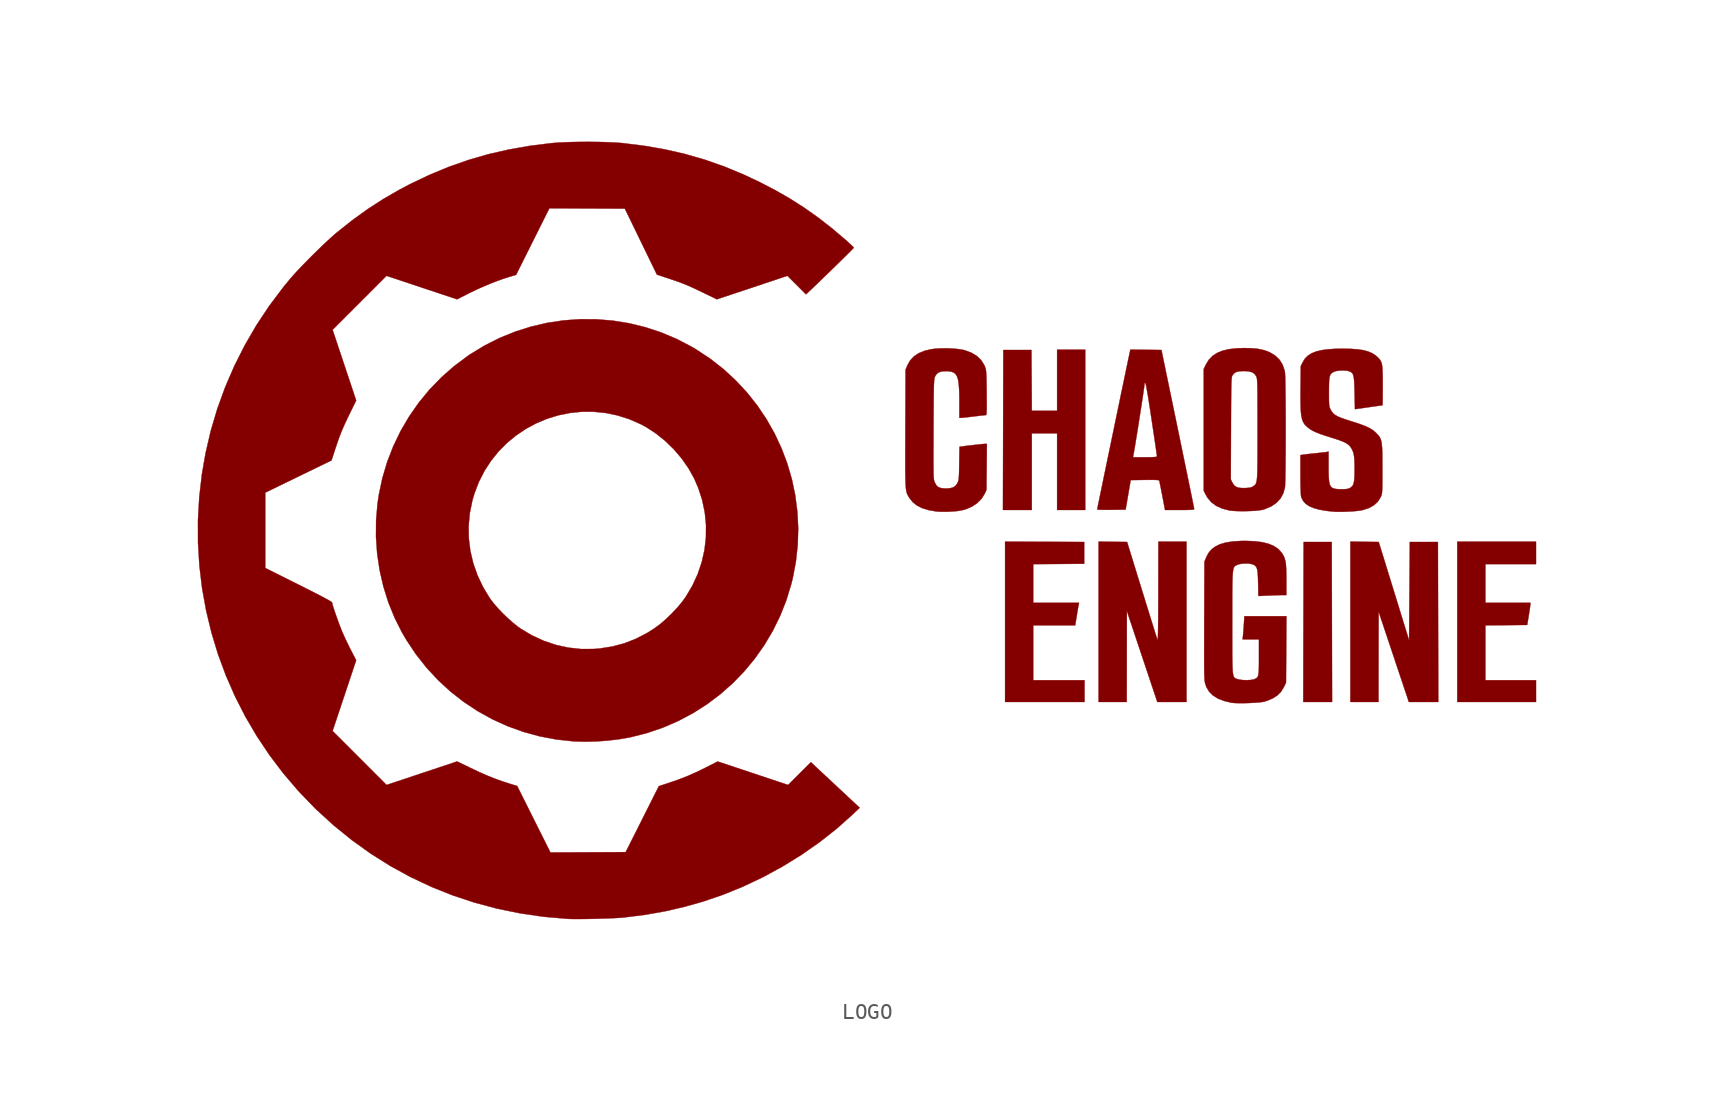
<source format=kicad_sym>
(kicad_symbol_lib
  (version 20220914)
  (generator "bitmap2component")
  (generator_version "9.0")
  (symbol "LOGO"
    (pin_names
      (offset 1.016))
    (property "Reference" "#G"
      (at 0 27.753 0)
      (effects (font (size 1.27 1.27)) hide))
    (symbol "LOGO_0_0"
      (polyline (pts (xy -21.863 -24.283) (xy -21.474 -24.277) (xy -21.07 -24.268) (xy -20.669 -24.256) (xy -20.288 -24.242) (xy -19.943 -24.227) (xy -19.649 -24.21) (xy -19.424 -24.192) (xy -19.312 -24.18) (xy -18.038 -24.019) (xy -16.81 -23.802) (xy -15.605 -23.525) (xy -14.401 -23.183) (xy -13.214 -22.778) (xy -11.938 -22.26) (xy -10.686 -21.667) (xy -9.466 -21.004) (xy -8.287 -20.275) (xy -7.157 -19.486) (xy -6.085 -18.642) (xy -5.08 -17.747) (xy -4.645 -17.335) (xy -5.915 -16.15) (xy -5.956 -16.111) (xy -6.246 -15.84) (xy -6.525 -15.58) (xy -6.784 -15.338) (xy -7.013 -15.124) (xy -7.205 -14.944) (xy -7.35 -14.809) (xy -7.44 -14.725) (xy -7.694 -14.485) (xy -8.407 -15.196) (xy -9.119 -15.908) (xy -11.32 -15.174) (xy -13.521 -14.441) (xy -14.22 -14.797) (xy -14.241 -14.808) (xy -14.833 -15.098) (xy -15.394 -15.346) (xy -15.96 -15.567) (xy -16.564 -15.776) (xy -17.197 -15.983) (xy -18.233 -18.044) (xy -19.27 -20.105) (xy -21.621 -20.116) (xy -23.972 -20.127) (xy -25.01 -18.051) (xy -26.048 -15.974) (xy -26.592 -15.805) (xy -26.981 -15.679) (xy -27.448 -15.511) (xy -27.921 -15.321) (xy -28.422 -15.101) (xy -28.974 -14.84) (xy -29.802 -14.439) (xy -32.007 -15.173) (xy -34.211 -15.908) (xy -35.897 -14.222) (xy -37.584 -12.535) (xy -36.847 -10.326) (xy -36.111 -8.117) (xy -36.443 -7.475) (xy -36.479 -7.404) (xy -36.619 -7.123) (xy -36.761 -6.826) (xy -36.891 -6.543) (xy -36.995 -6.306) (xy -37.046 -6.179) (xy -37.138 -5.944) (xy -37.234 -5.687) (xy -37.329 -5.422) (xy -37.419 -5.164) (xy -37.498 -4.929) (xy -37.56 -4.731) (xy -37.602 -4.585) (xy -37.617 -4.506) (xy -37.621 -4.497) (xy -37.686 -4.449) (xy -37.828 -4.364) (xy -38.047 -4.243) (xy -38.343 -4.086) (xy -38.718 -3.893) (xy -39.172 -3.662) (xy -39.704 -3.395) (xy -41.791 -2.352) (xy -41.791 0.004) (xy -41.791 2.36) (xy -39.722 3.366) (xy -37.652 4.372) (xy -37.421 5.076) (xy -37.414 5.096) (xy -37.293 5.459) (xy -37.184 5.771) (xy -37.078 6.051) (xy -36.966 6.323) (xy -36.841 6.607) (xy -36.692 6.926) (xy -36.511 7.3) (xy -36.111 8.119) (xy -36.847 10.327) (xy -37.584 12.535) (xy -35.897 14.222) (xy -34.211 15.908) (xy -32.008 15.174) (xy -29.805 14.44) (xy -29.064 14.815) (xy -28.922 14.886) (xy -28.442 15.112) (xy -27.939 15.331) (xy -27.438 15.532) (xy -26.963 15.706) (xy -26.539 15.843) (xy -26.117 15.967) (xy -25.077 18.047) (xy -24.038 20.127) (xy -21.679 20.116) (xy -19.321 20.105) (xy -18.319 18.043) (xy -17.318 15.982) (xy -16.624 15.753) (xy -16.574 15.737) (xy -16.226 15.62) (xy -15.925 15.514) (xy -15.651 15.41) (xy -15.382 15.299) (xy -15.097 15.173) (xy -14.777 15.023) (xy -14.399 14.841) (xy -13.571 14.439) (xy -11.367 15.173) (xy -9.163 15.908) (xy -8.582 15.328) (xy -8.002 14.748) (xy -7.725 15.009) (xy -7.594 15.133) (xy -7.393 15.325) (xy -7.164 15.545) (xy -6.916 15.785) (xy -6.655 16.038) (xy -6.39 16.296) (xy -6.128 16.552) (xy -5.877 16.798) (xy -5.643 17.028) (xy -5.435 17.233) (xy -5.26 17.407) (xy -5.126 17.542) (xy -5.04 17.631) (xy -5.01 17.666) (xy -5.017 17.678) (xy -5.077 17.74) (xy -5.185 17.844) (xy -5.332 17.978) (xy -5.504 18.133) (xy -6.36 18.86) (xy -7.229 19.538) (xy -8.104 20.158) (xy -9.006 20.733) (xy -9.953 21.275) (xy -10.964 21.797) (xy -11.911 22.241) (xy -13.112 22.738) (xy -14.32 23.162) (xy -15.548 23.516) (xy -16.807 23.805) (xy -18.109 24.032) (xy -19.468 24.2) (xy -19.655 24.216) (xy -20.064 24.242) (xy -20.532 24.261) (xy -21.039 24.273) (xy -21.569 24.278) (xy -22.102 24.276) (xy -22.62 24.267) (xy -23.106 24.251) (xy -23.541 24.228) (xy -23.906 24.198) (xy -25.262 24.029) (xy -26.584 23.797) (xy -27.861 23.504) (xy -29.103 23.144) (xy -30.323 22.716) (xy -31.531 22.215) (xy -32.739 21.64) (xy -33.417 21.283) (xy -34.43 20.697) (xy -35.408 20.064) (xy -36.368 19.37) (xy -37.331 18.604) (xy -37.449 18.504) (xy -37.717 18.265) (xy -38.025 17.98) (xy -38.359 17.662) (xy -38.706 17.324) (xy -39.053 16.978) (xy -39.388 16.637) (xy -39.697 16.315) (xy -39.967 16.023) (xy -40.185 15.776) (xy -40.673 15.184) (xy -41.547 14.022) (xy -42.348 12.814) (xy -43.074 11.563) (xy -43.724 10.274) (xy -44.296 8.95) (xy -44.788 7.596) (xy -45.198 6.215) (xy -45.524 4.812) (xy -45.747 3.526) (xy -45.914 2.085) (xy -45.996 0.647) (xy -45.993 -0.785) (xy -45.907 -2.208) (xy -45.737 -3.618) (xy -45.486 -5.012) (xy -45.154 -6.386) (xy -44.743 -7.738) (xy -44.253 -9.064) (xy -43.686 -10.361) (xy -43.042 -11.624) (xy -42.322 -12.852) (xy -41.528 -14.041) (xy -40.661 -15.187) (xy -39.721 -16.287) (xy -38.709 -17.337) (xy -38.606 -17.438) (xy -37.516 -18.433) (xy -36.381 -19.354) (xy -35.203 -20.198) (xy -33.983 -20.966) (xy -32.722 -21.657) (xy -31.422 -22.27) (xy -30.085 -22.805) (xy -28.712 -23.26) (xy -27.306 -23.635) (xy -25.866 -23.929) (xy -24.395 -24.143) (xy -22.895 -24.274) (xy -22.79 -24.279) (xy -22.538 -24.284) (xy -22.224 -24.285) (xy -21.863 -24.283)) (stroke (width 0.01) (type default)) (fill (type outline)))
      (polyline (pts (xy -21.123 -13.189) (xy -20.41 -13.138) (xy -19.709 -13.055) (xy -19.053 -12.943) (xy -18.942 -12.92) (xy -17.917 -12.659) (xy -16.924 -12.319) (xy -15.968 -11.903) (xy -15.052 -11.415) (xy -14.179 -10.859) (xy -13.354 -10.237) (xy -12.581 -9.554) (xy -11.863 -8.813) (xy -11.203 -8.017) (xy -10.606 -7.171) (xy -10.075 -6.277) (xy -9.614 -5.339) (xy -9.227 -4.361) (xy -8.918 -3.346) (xy -8.828 -2.983) (xy -8.631 -1.94) (xy -8.518 -0.897) (xy -8.489 0.143) (xy -8.542 1.175) (xy -8.674 2.195) (xy -8.884 3.197) (xy -9.171 4.179) (xy -9.532 5.134) (xy -9.965 6.059) (xy -10.469 6.95) (xy -11.042 7.801) (xy -11.682 8.609) (xy -12.388 9.369) (xy -13.156 10.077) (xy -13.987 10.727) (xy -14.878 11.317) (xy -15.163 11.484) (xy -16.098 11.969) (xy -17.062 12.374) (xy -18.049 12.698) (xy -19.055 12.943) (xy -20.074 13.107) (xy -21.1 13.191) (xy -22.13 13.196) (xy -23.157 13.121) (xy -24.177 12.967) (xy -25.183 12.733) (xy -26.173 12.42) (xy -27.139 12.028) (xy -28.077 11.556) (xy -28.982 11.006) (xy -29.136 10.901) (xy -29.993 10.261) (xy -30.791 9.559) (xy -31.526 8.799) (xy -32.196 7.985) (xy -32.799 7.122) (xy -33.331 6.214) (xy -33.789 5.265) (xy -34.171 4.28) (xy -34.474 3.264) (xy -34.695 2.219) (xy -34.775 1.681) (xy -34.865 0.634) (xy -34.867 0.285) (xy -29.084 0.285) (xy -29.01 1.077) (xy -28.849 1.867) (xy -28.717 2.317) (xy -28.435 3.047) (xy -28.085 3.729) (xy -27.672 4.361) (xy -27.203 4.941) (xy -26.681 5.466) (xy -26.113 5.935) (xy -25.504 6.344) (xy -24.859 6.691) (xy -24.184 6.974) (xy -23.483 7.19) (xy -22.762 7.337) (xy -22.027 7.412) (xy -21.283 7.414) (xy -20.535 7.339) (xy -19.788 7.186) (xy -19.048 6.951) (xy -18.32 6.633) (xy -17.999 6.46) (xy -17.383 6.059) (xy -16.798 5.589) (xy -16.255 5.06) (xy -15.764 4.482) (xy -15.336 3.868) (xy -14.982 3.228) (xy -14.732 2.649) (xy -14.487 1.891) (xy -14.326 1.121) (xy -14.248 0.344) (xy -14.254 -0.436) (xy -14.343 -1.211) (xy -14.514 -1.976) (xy -14.767 -2.726) (xy -15.102 -3.455) (xy -15.518 -4.157) (xy -15.742 -4.467) (xy -16.055 -4.839) (xy -16.407 -5.213) (xy -16.78 -5.569) (xy -17.154 -5.888) (xy -17.508 -6.147) (xy -17.934 -6.413) (xy -18.635 -6.776) (xy -19.354 -7.056) (xy -20.1 -7.256) (xy -20.883 -7.38) (xy -21.273 -7.412) (xy -22.068 -7.413) (xy -22.855 -7.327) (xy -23.628 -7.156) (xy -24.384 -6.902) (xy -25.117 -6.565) (xy -25.822 -6.147) (xy -26.004 -6.018) (xy -26.317 -5.768) (xy -26.646 -5.475) (xy -26.973 -5.159) (xy -27.279 -4.835) (xy -27.547 -4.524) (xy -27.758 -4.241) (xy -28.18 -3.545) (xy -28.528 -2.811) (xy -28.793 -2.057) (xy -28.975 -1.286) (xy -29.072 -0.504) (xy -29.084 0.285) (xy -34.867 0.285) (xy -34.872 -0.416) (xy -34.797 -1.463) (xy -34.642 -2.499) (xy -34.408 -3.517) (xy -34.096 -4.509) (xy -33.706 -5.469) (xy -33.241 -6.39) (xy -32.972 -6.849) (xy -32.376 -7.743) (xy -31.716 -8.578) (xy -30.998 -9.353) (xy -30.225 -10.065) (xy -29.401 -10.71) (xy -28.529 -11.288) (xy -27.615 -11.795) (xy -26.662 -12.229) (xy -25.673 -12.587) (xy -24.653 -12.867) (xy -23.606 -13.066) (xy -22.535 -13.182) (xy -22.473 -13.186) (xy -21.821 -13.205) (xy -21.123 -13.189)) (stroke (width 0.01) (type default)) (fill (type outline)))
      (polyline (pts (xy 19.426 -10.795) (xy 19.724 -10.786) (xy 20.013 -10.772) (xy 20.274 -10.752) (xy 20.487 -10.728) (xy 20.632 -10.701) (xy 20.817 -10.644) (xy 21.171 -10.495) (xy 21.455 -10.311) (xy 21.678 -10.085) (xy 21.85 -9.81) (xy 21.994 -9.516) (xy 22.007 -7.439) (xy 22.02 -5.361) (xy 20.706 -5.361) (xy 19.392 -5.361) (xy 19.362 -5.856) (xy 19.352 -6.013) (xy 19.335 -6.239) (xy 19.319 -6.439) (xy 19.306 -6.581) (xy 19.28 -6.811) (xy 19.791 -6.811) (xy 20.302 -6.811) (xy 20.302 -7.922) (xy 20.302 -7.955) (xy 20.302 -8.313) (xy 20.298 -8.595) (xy 20.29 -8.811) (xy 20.274 -8.971) (xy 20.25 -9.085) (xy 20.213 -9.165) (xy 20.163 -9.22) (xy 20.097 -9.261) (xy 20.012 -9.299) (xy 19.946 -9.32) (xy 19.763 -9.349) (xy 19.541 -9.36) (xy 19.309 -9.354) (xy 19.099 -9.33) (xy 18.939 -9.289) (xy 18.884 -9.268) (xy 18.834 -9.247) (xy 18.792 -9.223) (xy 18.756 -9.188) (xy 18.726 -9.136) (xy 18.701 -9.062) (xy 18.681 -8.96) (xy 18.665 -8.823) (xy 18.653 -8.646) (xy 18.645 -8.423) (xy 18.639 -8.148) (xy 18.635 -7.815) (xy 18.633 -7.418) (xy 18.633 -6.95) (xy 18.632 -6.407) (xy 18.633 -5.782) (xy 18.633 -5.776) (xy 18.633 -5.142) (xy 18.633 -4.59) (xy 18.634 -4.114) (xy 18.636 -3.707) (xy 18.64 -3.366) (xy 18.646 -3.082) (xy 18.656 -2.851) (xy 18.669 -2.666) (xy 18.685 -2.522) (xy 18.707 -2.412) (xy 18.733 -2.331) (xy 18.765 -2.273) (xy 18.803 -2.231) (xy 18.847 -2.201) (xy 18.899 -2.175) (xy 18.958 -2.149) (xy 19.082 -2.108) (xy 19.296 -2.075) (xy 19.532 -2.067) (xy 19.754 -2.084) (xy 19.927 -2.128) (xy 19.958 -2.141) (xy 20.05 -2.194) (xy 20.119 -2.264) (xy 20.17 -2.364) (xy 20.205 -2.505) (xy 20.228 -2.699) (xy 20.242 -2.957) (xy 20.251 -3.292) (xy 20.266 -4.1) (xy 20.888 -4.072) (xy 20.931 -4.07) (xy 21.183 -4.059) (xy 21.422 -4.051) (xy 21.624 -4.045) (xy 21.764 -4.043) (xy 22.016 -4.043) (xy 22.016 -3.087) (xy 22.015 -2.895) (xy 22.01 -2.552) (xy 21.998 -2.278) (xy 21.978 -2.058) (xy 21.946 -1.879) (xy 21.901 -1.728) (xy 21.842 -1.591) (xy 21.765 -1.456) (xy 21.73 -1.403) (xy 21.523 -1.171) (xy 21.251 -0.984) (xy 20.912 -0.839) (xy 20.502 -0.737) (xy 20.02 -0.677) (xy 19.461 -0.656) (xy 19.153 -0.661) (xy 18.652 -0.694) (xy 18.224 -0.762) (xy 17.865 -0.866) (xy 17.569 -1.01) (xy 17.33 -1.194) (xy 17.142 -1.423) (xy 17.001 -1.697) (xy 16.897 -1.956) (xy 16.884 -5.646) (xy 16.883 -6.065) (xy 16.881 -6.668) (xy 16.88 -7.193) (xy 16.879 -7.646) (xy 16.879 -8.033) (xy 16.88 -8.36) (xy 16.882 -8.632) (xy 16.885 -8.857) (xy 16.89 -9.039) (xy 16.895 -9.185) (xy 16.902 -9.301) (xy 16.911 -9.393) (xy 16.921 -9.466) (xy 16.934 -9.528) (xy 16.948 -9.584) (xy 16.964 -9.639) (xy 17.026 -9.806) (xy 17.194 -10.085) (xy 17.431 -10.319) (xy 17.739 -10.509) (xy 18.122 -10.658) (xy 18.581 -10.768) (xy 18.679 -10.781) (xy 18.884 -10.793) (xy 19.139 -10.797) (xy 19.426 -10.795)) (stroke (width 0.01) (type default)) (fill (type outline)))
      (polyline (pts (xy 9.404 -10.041) (xy 9.404 -9.36) (xy 7.8 -9.36) (xy 6.196 -9.36) (xy 6.196 -7.646) (xy 6.196 -5.933) (xy 7.508 -5.933) (xy 8.82 -5.933) (xy 8.918 -5.328) (xy 8.928 -5.269) (xy 8.965 -5.045) (xy 8.998 -4.85) (xy 9.024 -4.704) (xy 9.039 -4.625) (xy 9.062 -4.526) (xy 7.629 -4.526) (xy 6.196 -4.526) (xy 6.196 -3.318) (xy 6.196 -2.11) (xy 7.789 -2.099) (xy 9.382 -2.087) (xy 9.382 -1.406) (xy 9.382 -0.725) (xy 6.91 -0.714) (xy 4.438 -0.702) (xy 4.438 -5.712) (xy 4.438 -10.723) (xy 6.921 -10.723) (xy 9.404 -10.723) (xy 9.404 -10.041)) (stroke (width 0.01) (type default)) (fill (type outline)))
      (polyline (pts (xy 12.044 -7.877) (xy 12.048 -5.032) (xy 13 -7.877) (xy 13.952 -10.723) (xy 14.864 -10.723) (xy 15.776 -10.723) (xy 15.776 -5.713) (xy 15.776 -0.703) (xy 14.897 -0.703) (xy 14.018 -0.703) (xy 14.014 -3.834) (xy 14.014 -3.956) (xy 14.012 -4.578) (xy 14.01 -5.115) (xy 14.007 -5.573) (xy 14.003 -5.955) (xy 13.999 -6.263) (xy 13.993 -6.503) (xy 13.987 -6.678) (xy 13.979 -6.79) (xy 13.971 -6.844) (xy 13.961 -6.844) (xy 13.947 -6.803) (xy 13.908 -6.682) (xy 13.847 -6.489) (xy 13.766 -6.231) (xy 13.668 -5.916) (xy 13.554 -5.551) (xy 13.427 -5.142) (xy 13.289 -4.696) (xy 13.142 -4.221) (xy 12.988 -3.724) (xy 12.063 -0.725) (xy 11.173 -0.713) (xy 10.283 -0.701) (xy 10.283 -5.712) (xy 10.283 -10.723) (xy 11.162 -10.723) (xy 12.041 -10.723) (xy 12.044 -7.877)) (stroke (width 0.01) (type default)) (fill (type outline)))
      (polyline (pts (xy 24.862 -5.724) (xy 24.851 -0.725) (xy 23.972 -0.725) (xy 23.093 -0.725) (xy 23.082 -5.724) (xy 23.071 -10.723) (xy 23.972 -10.723) (xy 24.873 -10.723) (xy 24.862 -5.724)) (stroke (width 0.01) (type default)) (fill (type outline)))
      (polyline (pts (xy 27.776 -7.899) (xy 27.78 -5.076) (xy 28.725 -7.899) (xy 29.67 -10.723) (xy 30.589 -10.723) (xy 31.509 -10.723) (xy 31.497 -5.724) (xy 31.486 -0.725) (xy 30.607 -0.725) (xy 29.729 -0.725) (xy 29.707 -3.801) (xy 29.685 -6.876) (xy 28.736 -3.801) (xy 27.787 -0.725) (xy 26.901 -0.713) (xy 26.015 -0.701) (xy 26.015 -5.712) (xy 26.015 -10.723) (xy 26.894 -10.723) (xy 27.773 -10.723) (xy 27.776 -7.899)) (stroke (width 0.01) (type default)) (fill (type outline)))
      (polyline (pts (xy 37.617 -10.041) (xy 37.617 -9.36) (xy 36.035 -9.36) (xy 34.453 -9.36) (xy 34.453 -7.647) (xy 34.453 -5.934) (xy 35.759 -5.922) (xy 37.065 -5.91) (xy 37.162 -5.317) (xy 37.17 -5.267) (xy 37.205 -5.044) (xy 37.234 -4.85) (xy 37.254 -4.704) (xy 37.262 -4.625) (xy 37.265 -4.526) (xy 35.859 -4.526) (xy 34.453 -4.526) (xy 34.453 -3.318) (xy 34.453 -2.109) (xy 36.035 -2.109) (xy 37.617 -2.109) (xy 37.617 -1.406) (xy 37.617 -0.703) (xy 35.156 -0.703) (xy 32.695 -0.703) (xy 32.695 -5.713) (xy 32.695 -10.723) (xy 35.156 -10.723) (xy 37.617 -10.723) (xy 37.617 -10.041)) (stroke (width 0.01) (type default)) (fill (type outline)))
      (polyline (pts (xy 0.878 1.168) (xy 1.197 1.185) (xy 1.489 1.213) (xy 1.725 1.25) (xy 2.025 1.335) (xy 2.393 1.499) (xy 2.711 1.716) (xy 2.969 1.977) (xy 3.155 2.273) (xy 3.274 2.527) (xy 3.288 3.966) (xy 3.301 5.405) (xy 3.185 5.405) (xy 3.184 5.405) (xy 3.099 5.4) (xy 2.944 5.386) (xy 2.739 5.364) (xy 2.501 5.338) (xy 2.248 5.309) (xy 2 5.279) (xy 1.773 5.25) (xy 1.59 5.225) (xy 1.574 4.184) (xy 1.569 3.897) (xy 1.564 3.63) (xy 1.557 3.428) (xy 1.547 3.278) (xy 1.534 3.169) (xy 1.515 3.087) (xy 1.491 3.02) (xy 1.46 2.956) (xy 1.447 2.933) (xy 1.337 2.784) (xy 1.195 2.687) (xy 1.004 2.634) (xy 0.747 2.618) (xy 0.651 2.619) (xy 0.426 2.645) (xy 0.261 2.711) (xy 0.14 2.825) (xy 0.045 2.997) (xy 0.039 3.01) (xy 0.022 3.053) (xy 0.008 3.099) (xy -0.004 3.156) (xy -0.014 3.229) (xy -0.022 3.326) (xy -0.029 3.453) (xy -0.033 3.617) (xy -0.037 3.822) (xy -0.039 4.078) (xy -0.039 4.388) (xy -0.039 4.761) (xy -0.038 5.203) (xy -0.036 5.719) (xy -0.034 6.317) (xy -0.033 6.543) (xy -0.031 7.114) (xy -0.028 7.606) (xy -0.025 8.025) (xy -0.022 8.378) (xy -0.018 8.67) (xy -0.013 8.909) (xy -0.008 9.1) (xy -0.001 9.25) (xy 0.007 9.365) (xy 0.017 9.451) (xy 0.028 9.516) (xy 0.041 9.565) (xy 0.056 9.604) (xy 0.146 9.755) (xy 0.282 9.868) (xy 0.47 9.931) (xy 0.725 9.95) (xy 0.741 9.95) (xy 0.945 9.94) (xy 1.113 9.909) (xy 1.249 9.849) (xy 1.357 9.753) (xy 1.439 9.614) (xy 1.499 9.424) (xy 1.54 9.176) (xy 1.565 8.862) (xy 1.578 8.476) (xy 1.582 8.009) (xy 1.582 7.031) (xy 1.681 7.032) (xy 1.717 7.034) (xy 1.836 7.045) (xy 2.015 7.064) (xy 2.237 7.089) (xy 2.483 7.119) (xy 2.636 7.138) (xy 2.862 7.165) (xy 3.05 7.187) (xy 3.182 7.201) (xy 3.244 7.207) (xy 3.255 7.213) (xy 3.269 7.251) (xy 3.279 7.33) (xy 3.286 7.456) (xy 3.29 7.638) (xy 3.292 7.885) (xy 3.29 8.204) (xy 3.287 8.602) (xy 3.286 8.704) (xy 3.281 9.074) (xy 3.277 9.369) (xy 3.271 9.6) (xy 3.264 9.778) (xy 3.253 9.914) (xy 3.24 10.017) (xy 3.223 10.1) (xy 3.2 10.173) (xy 3.173 10.246) (xy 3.129 10.346) (xy 2.936 10.647) (xy 2.674 10.898) (xy 2.34 11.099) (xy 1.934 11.251) (xy 1.836 11.276) (xy 1.545 11.326) (xy 1.202 11.36) (xy 0.831 11.377) (xy 0.458 11.376) (xy 0.107 11.356) (xy -0.198 11.317) (xy -0.605 11.217) (xy -0.972 11.065) (xy -1.271 10.861) (xy -1.504 10.606) (xy -1.674 10.295) (xy -1.78 10.041) (xy -1.792 6.354) (xy -1.792 6.325) (xy -1.794 5.655) (xy -1.796 5.066) (xy -1.797 4.554) (xy -1.797 4.111) (xy -1.796 3.732) (xy -1.792 3.412) (xy -1.786 3.143) (xy -1.778 2.92) (xy -1.767 2.738) (xy -1.753 2.589) (xy -1.734 2.469) (xy -1.712 2.372) (xy -1.686 2.29) (xy -1.654 2.22) (xy -1.618 2.153) (xy -1.576 2.086) (xy -1.528 2.011) (xy -1.526 2.007) (xy -1.324 1.756) (xy -1.063 1.551) (xy -0.738 1.389) (xy -0.343 1.268) (xy 0.128 1.185) (xy 0.284 1.171) (xy 0.564 1.163) (xy 0.878 1.168)) (stroke (width 0.01) (type default)) (fill (type outline)))
      (polyline (pts (xy 25.646 1.165) (xy 25.948 1.178) (xy 26.239 1.197) (xy 26.495 1.222) (xy 26.689 1.25) (xy 26.802 1.274) (xy 27.181 1.397) (xy 27.495 1.575) (xy 27.739 1.804) (xy 27.913 2.083) (xy 27.915 2.087) (xy 27.942 2.148) (xy 27.963 2.209) (xy 27.98 2.278) (xy 27.992 2.367) (xy 28.002 2.484) (xy 28.008 2.639) (xy 28.012 2.844) (xy 28.014 3.106) (xy 28.015 3.437) (xy 28.015 3.845) (xy 28.014 4.268) (xy 28.012 4.649) (xy 28.006 4.959) (xy 27.994 5.21) (xy 27.975 5.41) (xy 27.948 5.57) (xy 27.91 5.698) (xy 27.861 5.805) (xy 27.797 5.899) (xy 27.718 5.991) (xy 27.622 6.089) (xy 27.514 6.189) (xy 27.371 6.297) (xy 27.203 6.397) (xy 26.998 6.495) (xy 26.743 6.596) (xy 26.427 6.706) (xy 26.037 6.83) (xy 26.015 6.837) (xy 25.679 6.945) (xy 25.416 7.039) (xy 25.215 7.126) (xy 25.063 7.213) (xy 24.949 7.306) (xy 24.861 7.411) (xy 24.787 7.536) (xy 24.762 7.586) (xy 24.73 7.657) (xy 24.707 7.733) (xy 24.692 7.826) (xy 24.682 7.95) (xy 24.677 8.121) (xy 24.675 8.352) (xy 24.675 8.656) (xy 24.676 8.992) (xy 24.683 9.26) (xy 24.697 9.463) (xy 24.723 9.613) (xy 24.762 9.722) (xy 24.818 9.8) (xy 24.893 9.859) (xy 24.992 9.912) (xy 25.141 9.96) (xy 25.352 9.989) (xy 25.583 9.995) (xy 25.797 9.978) (xy 25.962 9.936) (xy 25.996 9.921) (xy 26.075 9.877) (xy 26.137 9.819) (xy 26.183 9.737) (xy 26.217 9.619) (xy 26.241 9.456) (xy 26.258 9.237) (xy 26.27 8.951) (xy 26.279 8.588) (xy 26.301 7.574) (xy 27.158 7.697) (xy 27.198 7.702) (xy 27.458 7.739) (xy 27.684 7.771) (xy 27.862 7.797) (xy 27.981 7.814) (xy 28.026 7.82) (xy 28.026 7.821) (xy 28.029 7.872) (xy 28.031 7.999) (xy 28.034 8.19) (xy 28.035 8.434) (xy 28.036 8.72) (xy 28.037 9.037) (xy 28.037 9.213) (xy 28.035 9.58) (xy 28.029 9.876) (xy 28.018 10.108) (xy 28 10.29) (xy 27.973 10.431) (xy 27.935 10.542) (xy 27.885 10.634) (xy 27.82 10.717) (xy 27.739 10.803) (xy 27.578 10.943) (xy 27.365 11.078) (xy 27.116 11.183) (xy 26.82 11.261) (xy 26.467 11.313) (xy 26.049 11.343) (xy 25.554 11.353) (xy 25.117 11.347) (xy 24.629 11.317) (xy 24.216 11.261) (xy 23.87 11.177) (xy 23.586 11.063) (xy 23.358 10.916) (xy 23.178 10.735) (xy 23.043 10.517) (xy 22.917 10.261) (xy 22.903 8.855) (xy 22.901 8.668) (xy 22.9 8.214) (xy 22.904 7.837) (xy 22.916 7.525) (xy 22.936 7.271) (xy 22.968 7.065) (xy 23.012 6.898) (xy 23.069 6.761) (xy 23.143 6.645) (xy 23.234 6.541) (xy 23.344 6.44) (xy 23.348 6.437) (xy 23.488 6.33) (xy 23.654 6.23) (xy 23.856 6.133) (xy 24.107 6.033) (xy 24.42 5.925) (xy 24.807 5.803) (xy 25.002 5.743) (xy 25.306 5.642) (xy 25.542 5.552) (xy 25.722 5.468) (xy 25.858 5.383) (xy 25.96 5.291) (xy 26.041 5.187) (xy 26.078 5.13) (xy 26.151 4.993) (xy 26.204 4.845) (xy 26.241 4.671) (xy 26.264 4.456) (xy 26.276 4.184) (xy 26.279 3.839) (xy 26.277 3.541) (xy 26.267 3.272) (xy 26.246 3.068) (xy 26.212 2.916) (xy 26.163 2.805) (xy 26.094 2.723) (xy 26.003 2.657) (xy 25.935 2.622) (xy 25.826 2.591) (xy 25.678 2.576) (xy 25.466 2.572) (xy 25.412 2.572) (xy 25.197 2.579) (xy 25.027 2.602) (xy 24.896 2.65) (xy 24.8 2.732) (xy 24.733 2.857) (xy 24.69 3.034) (xy 24.666 3.272) (xy 24.655 3.58) (xy 24.653 3.967) (xy 24.653 4.923) (xy 24.554 4.902) (xy 24.525 4.897) (xy 24.41 4.882) (xy 24.235 4.862) (xy 24.017 4.837) (xy 23.774 4.812) (xy 23.648 4.799) (xy 23.416 4.774) (xy 23.218 4.751) (xy 23.071 4.733) (xy 22.994 4.721) (xy 22.895 4.7) (xy 22.895 3.482) (xy 22.895 3.47) (xy 22.897 3.144) (xy 22.901 2.84) (xy 22.908 2.572) (xy 22.916 2.353) (xy 22.927 2.196) (xy 22.938 2.114) (xy 22.96 2.044) (xy 23.066 1.836) (xy 23.225 1.659) (xy 23.442 1.513) (xy 23.723 1.393) (xy 24.073 1.297) (xy 24.498 1.223) (xy 25.005 1.168) (xy 25.119 1.162) (xy 25.361 1.159) (xy 25.646 1.165)) (stroke (width 0.01) (type default)) (fill (type outline)))
      (polyline (pts (xy 19.535 1.203) (xy 19.846 1.214) (xy 20.132 1.232) (xy 20.371 1.259) (xy 20.544 1.292) (xy 20.703 1.341) (xy 21.089 1.51) (xy 21.406 1.73) (xy 21.652 2) (xy 21.826 2.319) (xy 21.926 2.687) (xy 21.929 2.71) (xy 21.938 2.835) (xy 21.945 3.038) (xy 21.952 3.307) (xy 21.957 3.636) (xy 21.962 4.016) (xy 21.966 4.437) (xy 21.969 4.892) (xy 21.971 5.371) (xy 21.972 5.866) (xy 21.973 6.368) (xy 21.972 6.869) (xy 21.97 7.359) (xy 21.968 7.832) (xy 21.965 8.276) (xy 21.96 8.685) (xy 21.955 9.049) (xy 21.949 9.36) (xy 21.942 9.609) (xy 21.934 9.787) (xy 21.925 9.886) (xy 21.903 10.001) (xy 21.779 10.358) (xy 21.583 10.667) (xy 21.317 10.924) (xy 20.985 11.124) (xy 20.968 11.132) (xy 20.714 11.233) (xy 20.447 11.307) (xy 20.147 11.356) (xy 19.797 11.383) (xy 19.38 11.392) (xy 18.897 11.377) (xy 18.423 11.322) (xy 18.018 11.226) (xy 17.678 11.085) (xy 17.398 10.899) (xy 17.172 10.664) (xy 16.996 10.378) (xy 16.853 10.087) (xy 16.853 6.285) (xy 16.853 3.186) (xy 18.543 3.186) (xy 18.555 6.374) (xy 18.556 6.77) (xy 18.559 7.326) (xy 18.561 7.803) (xy 18.564 8.21) (xy 18.567 8.55) (xy 18.571 8.832) (xy 18.576 9.059) (xy 18.581 9.24) (xy 18.588 9.38) (xy 18.596 9.485) (xy 18.605 9.562) (xy 18.616 9.616) (xy 18.629 9.653) (xy 18.644 9.68) (xy 18.699 9.756) (xy 18.803 9.854) (xy 18.933 9.914) (xy 19.111 9.945) (xy 19.356 9.954) (xy 19.488 9.951) (xy 19.726 9.925) (xy 19.902 9.867) (xy 20.032 9.769) (xy 20.133 9.625) (xy 20.147 9.595) (xy 20.161 9.556) (xy 20.172 9.505) (xy 20.182 9.434) (xy 20.191 9.338) (xy 20.197 9.211) (xy 20.203 9.046) (xy 20.207 8.837) (xy 20.21 8.577) (xy 20.212 8.261) (xy 20.213 7.883) (xy 20.214 7.435) (xy 20.214 6.912) (xy 20.215 6.307) (xy 20.215 5.813) (xy 20.214 5.256) (xy 20.214 4.776) (xy 20.212 4.366) (xy 20.209 4.022) (xy 20.204 3.735) (xy 20.196 3.502) (xy 20.186 3.314) (xy 20.171 3.167) (xy 20.154 3.054) (xy 20.131 2.97) (xy 20.104 2.906) (xy 20.071 2.859) (xy 20.033 2.821) (xy 19.988 2.787) (xy 19.937 2.75) (xy 19.88 2.715) (xy 19.78 2.679) (xy 19.638 2.657) (xy 19.431 2.646) (xy 19.235 2.645) (xy 19.02 2.669) (xy 18.861 2.729) (xy 18.74 2.833) (xy 18.642 2.988) (xy 18.543 3.186) (xy 16.853 3.186) (xy 16.853 2.483) (xy 16.972 2.241) (xy 17.091 2.035) (xy 17.329 1.756) (xy 17.63 1.534) (xy 17.998 1.365) (xy 18.435 1.249) (xy 18.454 1.245) (xy 18.658 1.221) (xy 18.921 1.206) (xy 19.22 1.2) (xy 19.535 1.203)) (stroke (width 0.01) (type default)) (fill (type outline)))
      (polyline (pts (xy 6.108 3.669) (xy 6.108 6.064) (xy 6.899 6.064) (xy 7.69 6.064) (xy 7.69 3.669) (xy 7.69 1.274) (xy 8.569 1.274) (xy 9.448 1.274) (xy 9.448 6.284) (xy 9.448 11.294) (xy 8.569 11.294) (xy 7.69 11.294) (xy 7.69 9.382) (xy 7.69 7.471) (xy 6.9 7.471) (xy 6.109 7.471) (xy 6.098 9.371) (xy 6.086 11.272) (xy 5.207 11.272) (xy 4.329 11.272) (xy 4.317 6.273) (xy 4.306 1.274) (xy 5.207 1.274) (xy 6.108 1.274) (xy 6.108 3.669)) (stroke (width 0.01) (type default)) (fill (type outline)))
      (polyline (pts (xy 15.609 1.275) (xy 15.866 1.279) (xy 16.051 1.285) (xy 16.172 1.296) (xy 16.238 1.31) (xy 16.257 1.329) (xy 16.255 1.341) (xy 16.239 1.426) (xy 16.206 1.59) (xy 16.158 1.826) (xy 16.096 2.13) (xy 16.022 2.495) (xy 15.935 2.917) (xy 15.838 3.39) (xy 15.731 3.909) (xy 15.616 4.467) (xy 15.494 5.06) (xy 15.366 5.682) (xy 15.232 6.328) (xy 14.209 11.272) (xy 13.239 11.284) (xy 12.268 11.295) (xy 12.218 11.064) (xy 12.193 10.947) (xy 12.151 10.747) (xy 12.095 10.482) (xy 12.027 10.157) (xy 11.949 9.779) (xy 11.86 9.355) (xy 11.764 8.892) (xy 11.66 8.395) (xy 11.552 7.872) (xy 11.439 7.329) (xy 11.323 6.773) (xy 11.207 6.211) (xy 11.09 5.648) (xy 10.975 5.092) (xy 10.866 4.57) (xy 12.429 4.57) (xy 12.454 4.691) (xy 12.474 4.795) (xy 12.506 4.978) (xy 12.547 5.221) (xy 12.595 5.513) (xy 12.649 5.843) (xy 12.707 6.203) (xy 12.767 6.58) (xy 12.828 6.965) (xy 12.887 7.347) (xy 12.944 7.715) (xy 12.997 8.06) (xy 13.044 8.37) (xy 13.083 8.635) (xy 13.113 8.845) (xy 13.133 8.989) (xy 13.139 9.057) (xy 13.14 9.073) (xy 13.155 9.188) (xy 13.194 9.228) (xy 13.195 9.228) (xy 13.213 9.194) (xy 13.24 9.094) (xy 13.274 8.927) (xy 13.318 8.688) (xy 13.371 8.374) (xy 13.433 7.982) (xy 13.507 7.51) (xy 13.591 6.954) (xy 13.617 6.784) (xy 13.681 6.355) (xy 13.74 5.955) (xy 13.794 5.593) (xy 13.841 5.275) (xy 13.879 5.011) (xy 13.908 4.809) (xy 13.926 4.678) (xy 13.932 4.625) (xy 13.931 4.621) (xy 13.901 4.601) (xy 13.821 4.587) (xy 13.68 4.577) (xy 13.469 4.572) (xy 13.18 4.57) (xy 12.429 4.57) (xy 10.866 4.57) (xy 10.862 4.55) (xy 10.754 4.027) (xy 10.651 3.531) (xy 10.556 3.069) (xy 10.468 2.645) (xy 10.39 2.269) (xy 10.324 1.945) (xy 10.27 1.681) (xy 10.229 1.483) (xy 10.204 1.357) (xy 10.195 1.312) (xy 10.196 1.31) (xy 10.251 1.298) (xy 10.379 1.29) (xy 10.569 1.285) (xy 10.807 1.283) (xy 11.083 1.284) (xy 11.971 1.296) (xy 12.129 2.219) (xy 12.287 3.142) (xy 13.169 3.154) (xy 13.402 3.156) (xy 13.661 3.157) (xy 13.849 3.153) (xy 13.974 3.144) (xy 14.046 3.13) (xy 14.073 3.11) (xy 14.075 3.103) (xy 14.093 3.026) (xy 14.123 2.88) (xy 14.164 2.679) (xy 14.212 2.435) (xy 14.264 2.164) (xy 14.433 1.274) (xy 15.346 1.274) (xy 15.609 1.275)) (stroke (width 0.01) (type default)) (fill (type outline))))))
</source>
